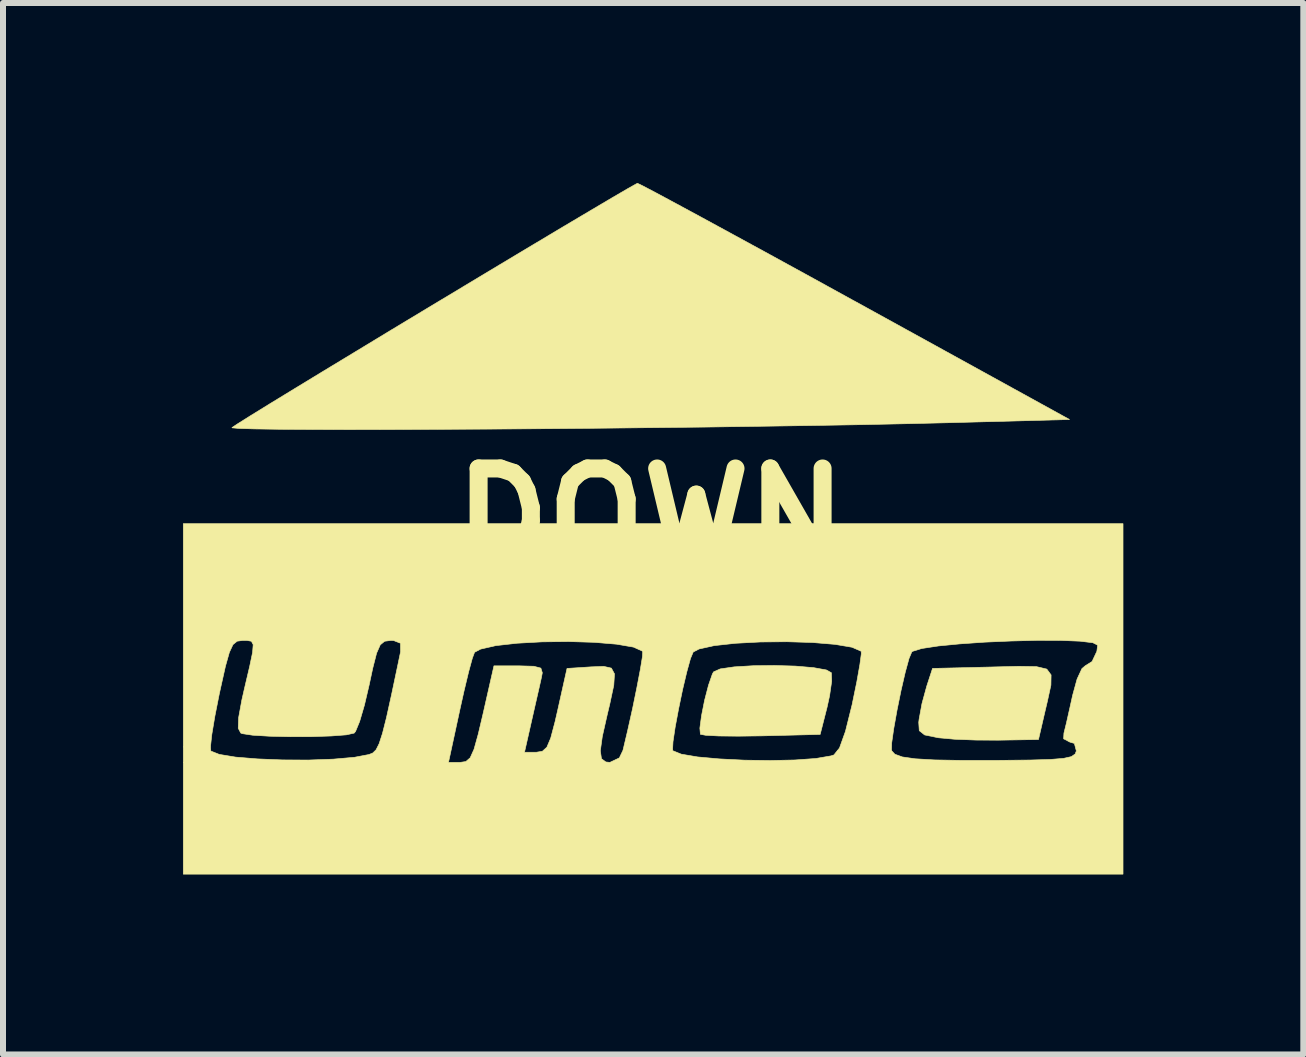
<source format=kicad_pcb>
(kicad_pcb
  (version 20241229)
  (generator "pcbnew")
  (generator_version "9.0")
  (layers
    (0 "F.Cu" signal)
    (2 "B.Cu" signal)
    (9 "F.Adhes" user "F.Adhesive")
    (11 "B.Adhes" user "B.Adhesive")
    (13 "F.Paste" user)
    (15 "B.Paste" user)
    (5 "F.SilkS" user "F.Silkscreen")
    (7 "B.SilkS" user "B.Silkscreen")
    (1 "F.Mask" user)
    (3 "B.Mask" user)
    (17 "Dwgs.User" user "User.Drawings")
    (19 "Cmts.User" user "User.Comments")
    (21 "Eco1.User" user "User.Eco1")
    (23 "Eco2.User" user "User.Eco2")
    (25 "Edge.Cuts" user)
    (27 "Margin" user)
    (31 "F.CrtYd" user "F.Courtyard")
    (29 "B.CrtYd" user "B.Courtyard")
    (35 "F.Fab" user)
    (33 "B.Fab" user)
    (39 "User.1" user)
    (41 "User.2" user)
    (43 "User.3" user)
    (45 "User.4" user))
  (footprint "DOWN"
    (layer "F.Cu")
    (at 7.794 5.593)
    (property "Reference" "DOWN" (at 0 0 0) (layer "F.SilkS") (effects (font (size 1.524 1.524) (thickness 0.3))))
    (attr through_hole)
    (fp_poly (pts (xy 6.431 2.468) (xy 6.603 2.509) (xy 6.675 2.606) (xy 6.672 2.777) (xy 6.614 3.043) (xy 6.573 3.217) (xy 6.465 3.683) (xy 5.793 3.694) (xy 5.42 3.692) (xy 5.064 3.678) (xy 4.799 3.654) (xy 4.784 3.651) (xy 4.568 3.607) (xy 4.478 3.536) (xy 4.469 3.397) (xy 4.475 3.346) (xy 4.523 3.084) (xy 4.6 2.803) (xy 4.602 2.795) (xy 4.699 2.498) (xy 5.694 2.474) (xy 6.135 2.463) (xy 6.431 2.468)) (stroke (width 0.01) (type solid)) (fill yes) (layer "F.SilkS"))
    (fp_poly (pts (xy 2.413 2.459) (xy 2.716 2.485) (xy 2.931 2.524) (xy 3.013 2.57) (xy 3.018 2.712) (xy 2.983 2.954) (xy 2.942 3.142) (xy 2.826 3.598) (xy 1.853 3.622) (xy 1.464 3.627) (xy 1.139 3.624) (xy 0.916 3.612) (xy 0.83 3.596) (xy 0.821 3.493) (xy 0.849 3.285) (xy 0.9 3.028) (xy 0.965 2.778) (xy 1.029 2.593) (xy 1.049 2.556) (xy 1.16 2.506) (xy 1.394 2.472) (xy 1.71 2.453) (xy 2.063 2.449) (xy 2.413 2.459)) (stroke (width 0.01) (type solid)) (fill yes) (layer "F.SilkS"))
    (fp_poly (pts (xy -0.136 -5.548) (xy 0.079 -5.435) (xy 0.414 -5.255) (xy 0.854 -5.017) (xy 1.383 -4.729) (xy 1.988 -4.399) (xy 2.654 -4.034) (xy 3.366 -3.642) (xy 3.407 -3.62) (xy 6.982 -1.651) (xy 4.952 -1.597) (xy 4.274 -1.581) (xy 3.517 -1.565) (xy 2.696 -1.551) (xy 1.826 -1.538) (xy 0.922 -1.525) (xy 0.001 -1.515) (xy -0.923 -1.505) (xy -1.836 -1.497) (xy -2.72 -1.491) (xy -3.562 -1.487) (xy -4.346 -1.484) (xy -5.056 -1.483) (xy -5.678 -1.485) (xy -6.196 -1.488) (xy -6.595 -1.494) (xy -6.86 -1.502) (xy -6.975 -1.512) (xy -6.978 -1.516) (xy -6.888 -1.576) (xy -6.672 -1.712) (xy -6.348 -1.912) (xy -5.932 -2.166) (xy -5.444 -2.463) (xy -4.899 -2.793) (xy -4.317 -3.146) (xy -3.713 -3.51) (xy -3.106 -3.875) (xy -2.514 -4.231) (xy -1.953 -4.567) (xy -1.441 -4.873) (xy -0.996 -5.137) (xy -0.636 -5.35) (xy -0.377 -5.501) (xy -0.238 -5.579) (xy -0.219 -5.588) (xy -0.136 -5.548)) (stroke (width 0.01) (type solid)) (fill yes) (layer "F.SilkS"))
    (fp_poly (pts (xy 7.874 5.927) (xy -7.789 5.927) (xy -7.789 4.064) (xy -3.369 4.064) (xy -3.173 4.064) (xy -3.079 4.05) (xy -3.007 3.987) (xy -2.943 3.845) (xy -2.873 3.594) (xy -2.794 3.26) (xy -2.611 2.455) (xy -2.193 2.455) (xy -1.946 2.462) (xy -1.829 2.493) (xy -1.805 2.57) (xy -1.819 2.646) (xy -1.86 2.829) (xy -1.924 3.109) (xy -1.982 3.365) (xy -2.102 3.895) (xy -1.904 3.895) (xy -1.804 3.879) (xy -1.729 3.811) (xy -1.665 3.659) (xy -1.593 3.388) (xy -1.549 3.196) (xy -1.393 2.498) (xy -0.993 2.472) (xy -0.781 2.464) (xy -0.654 2.493) (xy -0.602 2.589) (xy -0.614 2.779) (xy -0.681 3.093) (xy -0.721 3.26) (xy -0.805 3.632) (xy -0.838 3.871) (xy -0.819 4.003) (xy -0.746 4.057) (xy -0.679 4.064) (xy -0.521 3.989) (xy -0.462 3.866) (xy -0.459 3.857) (xy 0.366 3.857) (xy 0.371 3.87) (xy 0.511 3.927) (xy 0.782 3.973) (xy 1.145 4.006) (xy 1.562 4.027) (xy 1.995 4.033) (xy 2.405 4.024) (xy 2.755 3.999) (xy 3.005 3.956) (xy 3.055 3.94) (xy 3.114 3.866) (xy 4.015 3.866) (xy 4.016 3.868) (xy 4.071 3.928) (xy 4.195 3.973) (xy 4.408 4.004) (xy 4.73 4.023) (xy 5.18 4.031) (xy 5.778 4.031) (xy 5.841 4.03) (xy 6.324 4.025) (xy 6.663 4.015) (xy 6.884 3.997) (xy 7.013 3.968) (xy 7.076 3.924) (xy 7.096 3.873) (xy 7.063 3.748) (xy 6.986 3.725) (xy 6.884 3.671) (xy 6.889 3.577) (xy 6.929 3.415) (xy 6.988 3.154) (xy 7.035 2.942) (xy 7.108 2.676) (xy 7.189 2.501) (xy 7.243 2.455) (xy 7.358 2.383) (xy 7.438 2.213) (xy 7.451 2.11) (xy 7.372 2.07) (xy 7.156 2.044) (xy 6.836 2.031) (xy 6.444 2.03) (xy 6.011 2.041) (xy 5.57 2.06) (xy 5.153 2.089) (xy 4.792 2.124) (xy 4.519 2.166) (xy 4.367 2.213) (xy 4.353 2.223) (xy 4.307 2.333) (xy 4.244 2.563) (xy 4.174 2.866) (xy 4.107 3.195) (xy 4.052 3.503) (xy 4.018 3.742) (xy 4.015 3.866) (xy 3.114 3.866) (xy 3.148 3.825) (xy 3.248 3.546) (xy 3.359 3.101) (xy 3.366 3.066) (xy 3.438 2.716) (xy 3.488 2.433) (xy 3.512 2.255) (xy 3.51 2.212) (xy 3.357 2.145) (xy 3.074 2.097) (xy 2.699 2.066) (xy 2.272 2.053) (xy 1.831 2.057) (xy 1.414 2.079) (xy 1.06 2.118) (xy 0.808 2.174) (xy 0.71 2.225) (xy 0.665 2.332) (xy 0.603 2.556) (xy 0.533 2.851) (xy 0.466 3.174) (xy 0.409 3.479) (xy 0.373 3.721) (xy 0.366 3.857) (xy -0.459 3.857) (xy -0.382 3.531) (xy -0.301 3.169) (xy -0.229 2.817) (xy -0.171 2.514) (xy -0.136 2.3) (xy -0.132 2.212) (xy -0.284 2.143) (xy -0.567 2.094) (xy -0.94 2.063) (xy -1.367 2.05) (xy -1.808 2.055) (xy -2.225 2.078) (xy -2.58 2.118) (xy -2.834 2.176) (xy -2.934 2.229) (xy -2.971 2.327) (xy -3.033 2.554) (xy -3.11 2.875) (xy -3.176 3.171) (xy -3.369 4.064) (xy -7.789 4.064) (xy -7.789 3.806) (xy -7.336 3.806) (xy -7.33 3.875) (xy -7.189 3.931) (xy -6.917 3.976) (xy -6.553 4.006) (xy -6.135 4.023) (xy -5.7 4.025) (xy -5.288 4.01) (xy -4.936 3.979) (xy -4.694 3.933) (xy -4.63 3.907) (xy -4.576 3.854) (xy -4.525 3.753) (xy -4.469 3.581) (xy -4.402 3.316) (xy -4.318 2.936) (xy -4.209 2.42) (xy -4.168 2.223) (xy -4.169 2.078) (xy -4.284 2.033) (xy -4.333 2.032) (xy -4.433 2.045) (xy -4.506 2.105) (xy -4.567 2.243) (xy -4.631 2.493) (xy -4.691 2.773) (xy -4.77 3.11) (xy -4.85 3.383) (xy -4.918 3.548) (xy -4.941 3.576) (xy -5.07 3.605) (xy -5.322 3.624) (xy -5.65 3.635) (xy -6.009 3.636) (xy -6.352 3.628) (xy -6.633 3.611) (xy -6.806 3.585) (xy -6.831 3.575) (xy -6.873 3.495) (xy -6.867 3.32) (xy -6.813 3.024) (xy -6.77 2.835) (xy -6.683 2.466) (xy -6.634 2.231) (xy -6.624 2.101) (xy -6.654 2.045) (xy -6.726 2.032) (xy -6.802 2.032) (xy -6.891 2.044) (xy -6.961 2.101) (xy -7.021 2.23) (xy -7.086 2.46) (xy -7.167 2.822) (xy -7.19 2.927) (xy -7.263 3.296) (xy -7.314 3.601) (xy -7.336 3.806) (xy -7.789 3.806) (xy -7.789 0.085) (xy 7.874 0.085) (xy 7.874 5.927)) (stroke (width 0.01) (type solid)) (fill yes) (layer "F.SilkS")))
  (gr_rect
    (start -3 -3)
    (end 18.673 14.525)
    (stroke (width 0.1) (type default))
    (fill no)
    (layer "Edge.Cuts")))
</source>
